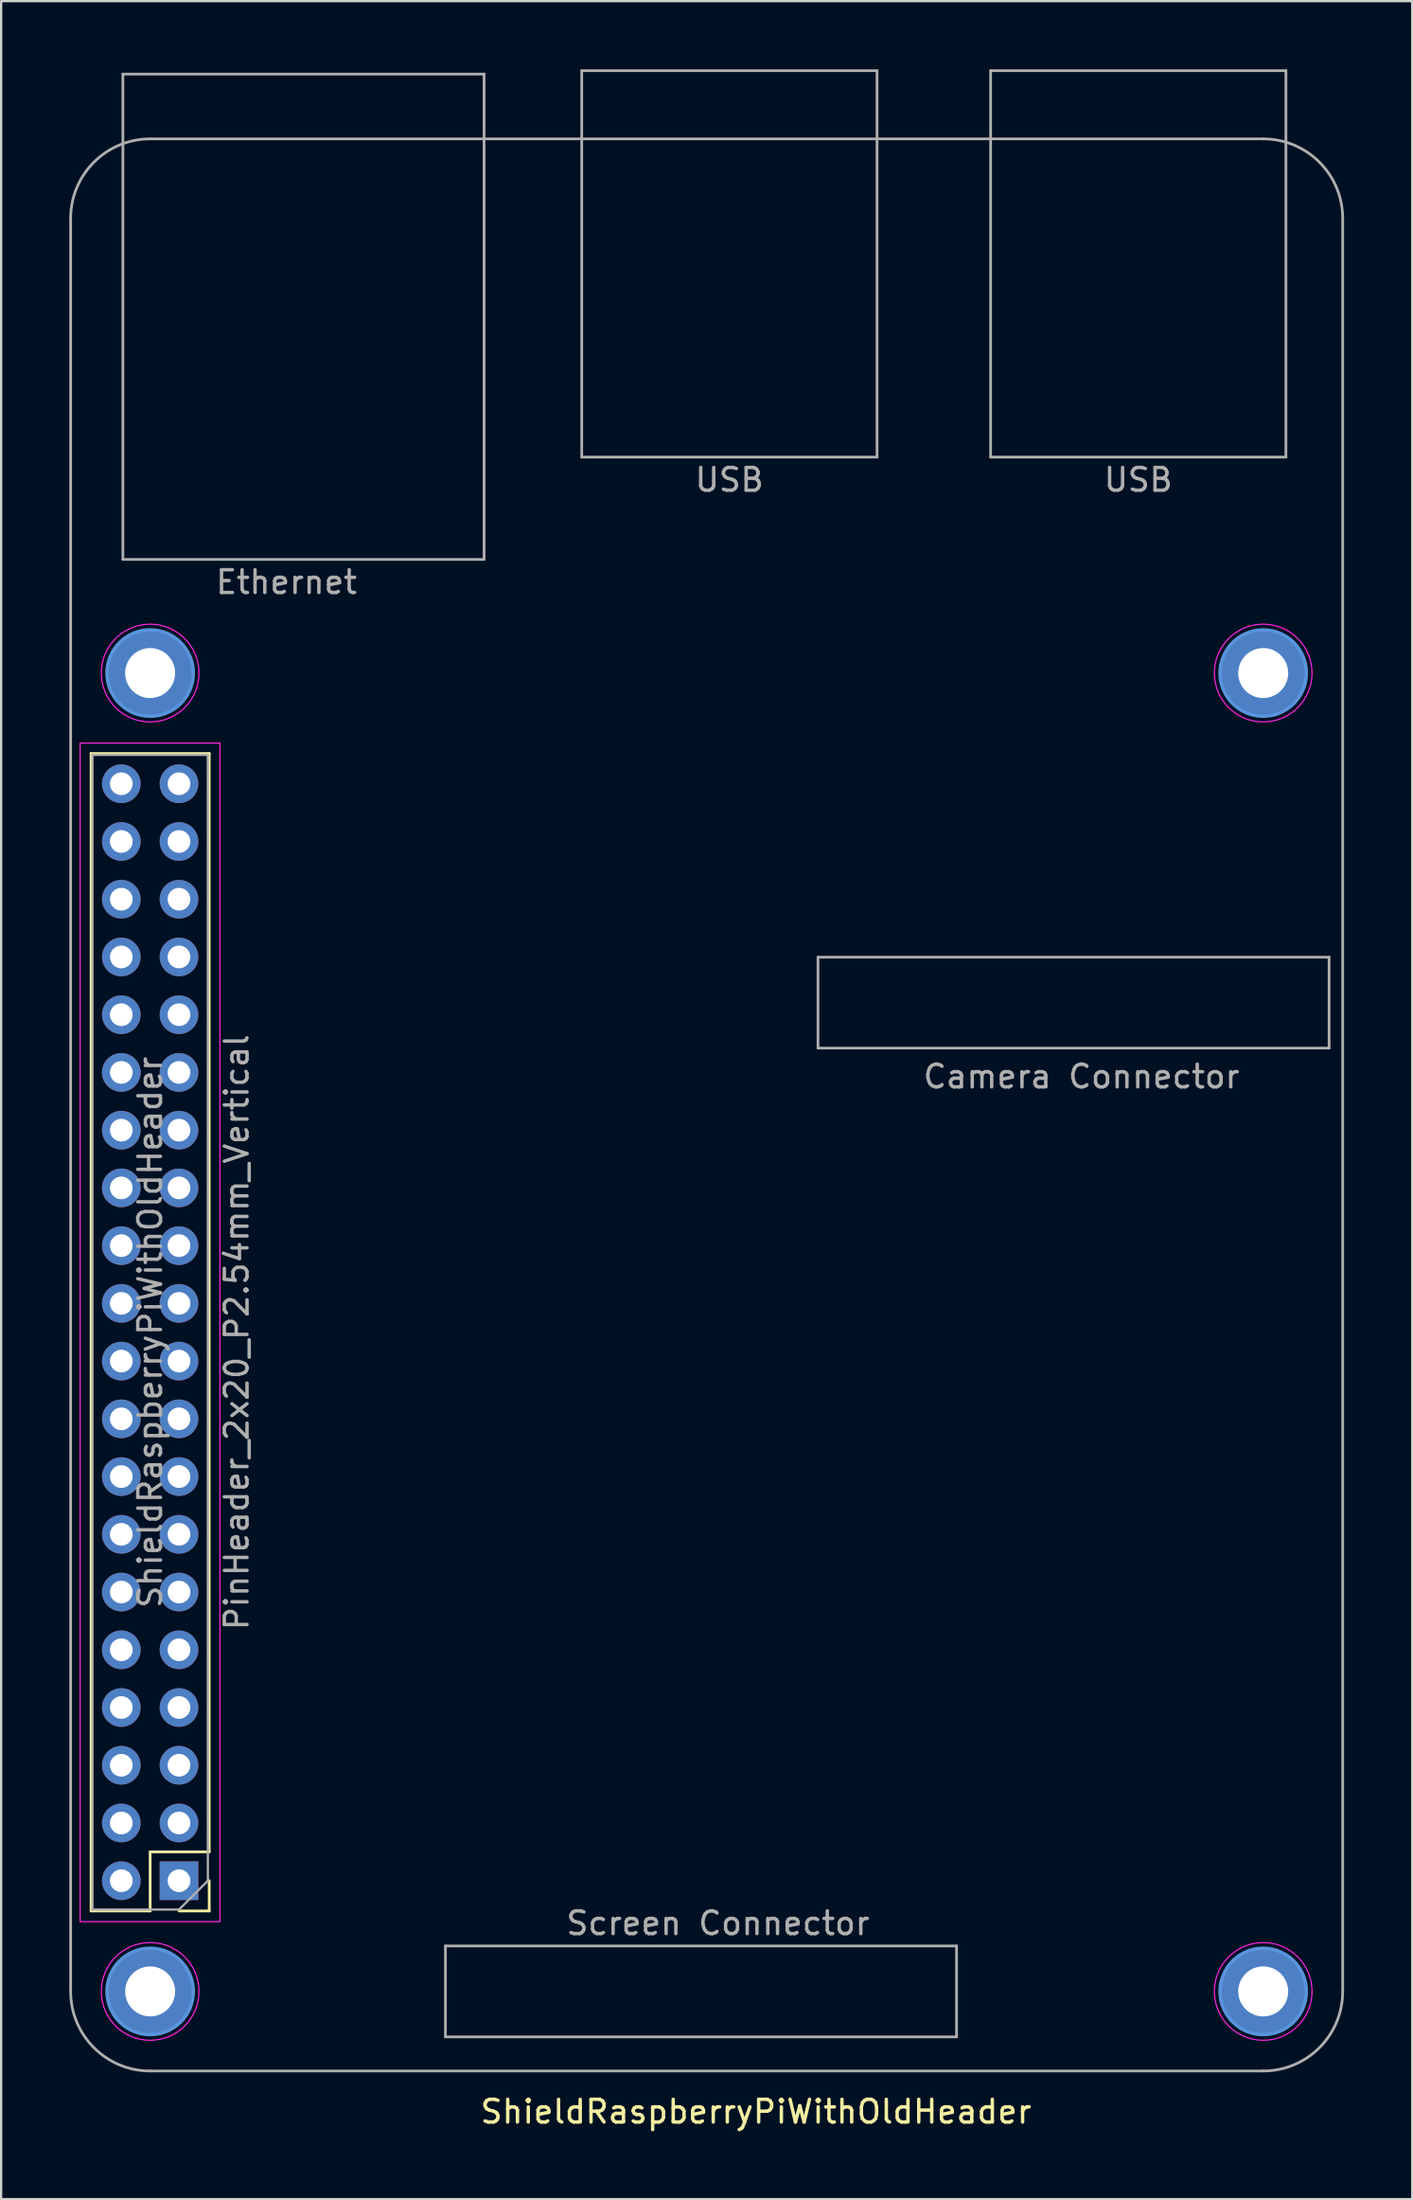
<source format=kicad_pcb>
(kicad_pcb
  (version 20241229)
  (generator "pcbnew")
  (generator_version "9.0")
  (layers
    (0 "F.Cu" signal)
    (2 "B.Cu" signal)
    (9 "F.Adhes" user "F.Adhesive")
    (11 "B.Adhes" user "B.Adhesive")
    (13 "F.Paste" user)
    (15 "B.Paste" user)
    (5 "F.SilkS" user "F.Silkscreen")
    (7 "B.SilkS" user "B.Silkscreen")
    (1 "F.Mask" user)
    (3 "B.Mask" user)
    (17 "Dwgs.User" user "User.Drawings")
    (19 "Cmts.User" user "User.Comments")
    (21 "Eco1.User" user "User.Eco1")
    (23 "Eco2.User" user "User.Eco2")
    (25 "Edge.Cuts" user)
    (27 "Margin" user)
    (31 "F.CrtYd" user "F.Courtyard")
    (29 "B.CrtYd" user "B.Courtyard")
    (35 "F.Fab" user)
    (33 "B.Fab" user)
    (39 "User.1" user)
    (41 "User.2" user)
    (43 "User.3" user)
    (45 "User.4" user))
  (footprint "ShieldRaspberryPiWithOldHeader"
    (layer "F.Cu")
    (at 3.56 55.56)
    (property "Reference" "ShieldRaspberryPiWithOldHeader" (at 26.67 34.29 0) (layer "F.SilkS") (effects (font (size 1 1) (thickness 0.15))))
    (attr through_hole)
    (fp_line (start -2.6 25.46) (end -2.6 -25.46) (stroke (width 0.12) (type solid)) (layer "F.SilkS"))
    (fp_line (start 0 22.86) (end 0 25.46) (stroke (width 0.12) (type solid)) (layer "F.SilkS"))
    (fp_line (start 0 25.46) (end -2.6 25.46) (stroke (width 0.12) (type solid)) (layer "F.SilkS"))
    (fp_line (start 2.6 -25.46) (end -2.6 -25.46) (stroke (width 0.12) (type solid)) (layer "F.SilkS"))
    (fp_line (start 2.6 22.86) (end 0 22.86) (stroke (width 0.12) (type solid)) (layer "F.SilkS"))
    (fp_line (start 2.6 22.86) (end 2.6 -25.46) (stroke (width 0.12) (type solid)) (layer "F.SilkS"))
    (fp_line (start 2.6 24.13) (end 2.6 25.46) (stroke (width 0.12) (type solid)) (layer "F.SilkS"))
    (fp_line (start 2.6 25.46) (end 1.27 25.46) (stroke (width 0.12) (type solid)) (layer "F.SilkS"))
    (fp_circle (center 0 -29) (end 1.9 -29) (stroke (width 0.15) (type solid)) (fill no) (layer "Cmts.User"))
    (fp_circle (center 0 29) (end 1.9 29) (stroke (width 0.15) (type solid)) (fill no) (layer "Cmts.User"))
    (fp_circle (center 49 -29) (end 50.9 -29) (stroke (width 0.15) (type solid)) (fill no) (layer "Cmts.User"))
    (fp_circle (center 49 29) (end 50.9 29) (stroke (width 0.15) (type solid)) (fill no) (layer "Cmts.User"))
    (fp_line (start -3.08 -25.92) (end -3.08 25.93) (stroke (width 0.05) (type solid)) (layer "F.CrtYd"))
    (fp_line (start -3.08 25.93) (end 3.07 25.93) (stroke (width 0.05) (type solid)) (layer "F.CrtYd"))
    (fp_line (start 3.07 -25.92) (end -3.08 -25.92) (stroke (width 0.05) (type solid)) (layer "F.CrtYd"))
    (fp_line (start 3.07 25.93) (end 3.07 -25.92) (stroke (width 0.05) (type solid)) (layer "F.CrtYd"))
    (fp_circle (center 0 -29) (end 2.15 -29) (stroke (width 0.05) (type solid)) (fill no) (layer "F.CrtYd"))
    (fp_circle (center 0 29) (end 2.15 29) (stroke (width 0.05) (type solid)) (fill no) (layer "F.CrtYd"))
    (fp_circle (center 49 -29) (end 51.15 -29) (stroke (width 0.05) (type solid)) (fill no) (layer "F.CrtYd"))
    (fp_circle (center 49 29) (end 51.15 29) (stroke (width 0.05) (type solid)) (fill no) (layer "F.CrtYd"))
    (fp_line (start -3.5 -49) (end -3.5 29) (stroke (width 0.12) (type solid)) (layer "F.Fab"))
    (fp_line (start -2.54 -25.4) (end 2.54 -25.4) (stroke (width 0.1) (type solid)) (layer "F.Fab"))
    (fp_line (start -2.54 25.4) (end -2.54 -25.4) (stroke (width 0.1) (type solid)) (layer "F.Fab"))
    (fp_line (start -1.2 -55.35) (end -1.2 -34) (stroke (width 0.12) (type solid)) (layer "F.Fab"))
    (fp_line (start -1.2 -34) (end 14.7 -34) (stroke (width 0.12) (type solid)) (layer "F.Fab"))
    (fp_line (start 0 32.5) (end 49 32.5) (stroke (width 0.12) (type solid)) (layer "F.Fab"))
    (fp_line (start 1.27 25.4) (end -2.54 25.4) (stroke (width 0.1) (type solid)) (layer "F.Fab"))
    (fp_line (start 2.54 -25.4) (end 2.54 24.13) (stroke (width 0.1) (type solid)) (layer "F.Fab"))
    (fp_line (start 2.54 24.13) (end 1.27 25.4) (stroke (width 0.1) (type solid)) (layer "F.Fab"))
    (fp_line (start 13 27) (end 13 31) (stroke (width 0.12) (type solid)) (layer "F.Fab"))
    (fp_line (start 13 31) (end 35.5 31) (stroke (width 0.12) (type solid)) (layer "F.Fab"))
    (fp_line (start 14.7 -55.35) (end -1.2 -55.35) (stroke (width 0.12) (type solid)) (layer "F.Fab"))
    (fp_line (start 14.7 -34) (end 14.7 -55.35) (stroke (width 0.12) (type solid)) (layer "F.Fab"))
    (fp_line (start 19 -55.5) (end 32 -55.5) (stroke (width 0.12) (type solid)) (layer "F.Fab"))
    (fp_line (start 19 -38.5) (end 19 -55.5) (stroke (width 0.12) (type solid)) (layer "F.Fab"))
    (fp_line (start 29.4 -16.5) (end 29.4 -12.5) (stroke (width 0.12) (type solid)) (layer "F.Fab"))
    (fp_line (start 29.4 -12.5) (end 51.9 -12.5) (stroke (width 0.12) (type solid)) (layer "F.Fab"))
    (fp_line (start 32 -55.5) (end 32 -38.5) (stroke (width 0.12) (type solid)) (layer "F.Fab"))
    (fp_line (start 32 -38.5) (end 19 -38.5) (stroke (width 0.12) (type solid)) (layer "F.Fab"))
    (fp_line (start 35.5 27) (end 13 27) (stroke (width 0.12) (type solid)) (layer "F.Fab"))
    (fp_line (start 35.5 31) (end 35.5 27) (stroke (width 0.12) (type solid)) (layer "F.Fab"))
    (fp_line (start 37 -55.5) (end 50 -55.5) (stroke (width 0.12) (type solid)) (layer "F.Fab"))
    (fp_line (start 37 -38.5) (end 37 -55.5) (stroke (width 0.12) (type solid)) (layer "F.Fab"))
    (fp_line (start 49 -52.5) (end 0 -52.5) (stroke (width 0.12) (type solid)) (layer "F.Fab"))
    (fp_line (start 50 -55.5) (end 50 -38.5) (stroke (width 0.12) (type solid)) (layer "F.Fab"))
    (fp_line (start 50 -38.5) (end 37 -38.5) (stroke (width 0.12) (type solid)) (layer "F.Fab"))
    (fp_line (start 51.9 -16.5) (end 29.4 -16.5) (stroke (width 0.12) (type solid)) (layer "F.Fab"))
    (fp_line (start 51.9 -12.5) (end 51.9 -16.5) (stroke (width 0.12) (type solid)) (layer "F.Fab"))
    (fp_line (start 52.5 29) (end 52.5 -49) (stroke (width 0.12) (type solid)) (layer "F.Fab"))
    (fp_arc (start -3.5 -49) (mid -2.474874 -51.474874) (end 0 -52.5) (stroke (width 0.12) (type solid)) (layer "F.Fab"))
    (fp_arc (start 0 32.5) (mid -2.474874 31.474874) (end -3.5 29) (stroke (width 0.12) (type solid)) (layer "F.Fab"))
    (fp_arc (start 49 -52.5) (mid 51.474874 -51.474874) (end 52.5 -49) (stroke (width 0.12) (type solid)) (layer "F.Fab"))
    (fp_arc (start 52.5 29) (mid 51.474874 31.474874) (end 49 32.5) (stroke (width 0.12) (type solid)) (layer "F.Fab"))
    (fp_text user "${REFERENCE}" (at 0 0 270) (layer "F.Fab") (effects (font (size 1 1) (thickness 0.15))))
    (fp_text user "Screen Connector" (at 25 26 0) (layer "F.Fab") (effects (font (size 1 1) (thickness 0.15))))
    (fp_text user "PinHeader_2x20_P2.54mm_Vertical" (at 3.81 0 270) (layer "F.Fab") (effects (font (size 1 1) (thickness 0.15))))
    (fp_text user "USB" (at 25.5 -37.5 0) (layer "F.Fab") (effects (font (size 1 1) (thickness 0.15))))
    (fp_text user "Camera Connector" (at 41 -11.25 0) (layer "F.Fab") (effects (font (size 1 1) (thickness 0.15))))
    (fp_text user "USB" (at 43.5 -37.5 0) (layer "F.Fab") (effects (font (size 1 1) (thickness 0.15))))
    (fp_text user "Ethernet" (at 6 -33 0) (layer "F.Fab") (effects (font (size 1 1) (thickness 0.15))))
    (pad "" thru_hole circle (at 0 -29) (size 3.8 3.8) (drill 2.2) (layers "*.Cu" "*.Mask"))
    (pad "" thru_hole circle (at 0 29) (size 3.8 3.8) (drill 2.2) (layers "*.Cu" "*.Mask"))
    (pad "" thru_hole circle (at 49 -29) (size 3.8 3.8) (drill 2.2) (layers "*.Cu" "*.Mask"))
    (pad "" thru_hole circle (at 49 29) (size 3.8 3.8) (drill 2.2) (layers "*.Cu" "*.Mask"))
    (pad "1" thru_hole rect (at 1.27 24.13 180) (size 1.7 1.7) (drill 1) (layers "*.Cu" "*.Mask"))
    (pad "2" thru_hole oval (at -1.27 24.13 180) (size 1.7 1.7) (drill 1) (layers "*.Cu" "*.Mask"))
    (pad "3" thru_hole oval (at 1.27 21.59 180) (size 1.7 1.7) (drill 1) (layers "*.Cu" "*.Mask"))
    (pad "4" thru_hole oval (at -1.27 21.59 180) (size 1.7 1.7) (drill 1) (layers "*.Cu" "*.Mask"))
    (pad "5" thru_hole oval (at 1.27 19.05 180) (size 1.7 1.7) (drill 1) (layers "*.Cu" "*.Mask"))
    (pad "6" thru_hole oval (at -1.27 19.05 180) (size 1.7 1.7) (drill 1) (layers "*.Cu" "*.Mask"))
    (pad "7" thru_hole oval (at 1.27 16.51 180) (size 1.7 1.7) (drill 1) (layers "*.Cu" "*.Mask"))
    (pad "8" thru_hole oval (at -1.27 16.51 180) (size 1.7 1.7) (drill 1) (layers "*.Cu" "*.Mask"))
    (pad "9" thru_hole oval (at 1.27 13.97 180) (size 1.7 1.7) (drill 1) (layers "*.Cu" "*.Mask"))
    (pad "10" thru_hole oval (at -1.27 13.97 180) (size 1.7 1.7) (drill 1) (layers "*.Cu" "*.Mask"))
    (pad "11" thru_hole oval (at 1.27 11.43 180) (size 1.7 1.7) (drill 1) (layers "*.Cu" "*.Mask"))
    (pad "12" thru_hole oval (at -1.27 11.43 180) (size 1.7 1.7) (drill 1) (layers "*.Cu" "*.Mask"))
    (pad "13" thru_hole oval (at 1.27 8.89 180) (size 1.7 1.7) (drill 1) (layers "*.Cu" "*.Mask"))
    (pad "14" thru_hole oval (at -1.27 8.89 180) (size 1.7 1.7) (drill 1) (layers "*.Cu" "*.Mask"))
    (pad "15" thru_hole oval (at 1.27 6.35 180) (size 1.7 1.7) (drill 1) (layers "*.Cu" "*.Mask"))
    (pad "16" thru_hole oval (at -1.27 6.35 180) (size 1.7 1.7) (drill 1) (layers "*.Cu" "*.Mask"))
    (pad "17" thru_hole oval (at 1.27 3.81 180) (size 1.7 1.7) (drill 1) (layers "*.Cu" "*.Mask"))
    (pad "18" thru_hole oval (at -1.27 3.81 180) (size 1.7 1.7) (drill 1) (layers "*.Cu" "*.Mask"))
    (pad "19" thru_hole oval (at 1.27 1.27 180) (size 1.7 1.7) (drill 1) (layers "*.Cu" "*.Mask"))
    (pad "20" thru_hole oval (at -1.27 1.27 180) (size 1.7 1.7) (drill 1) (layers "*.Cu" "*.Mask"))
    (pad "21" thru_hole oval (at 1.27 -1.27 180) (size 1.7 1.7) (drill 1) (layers "*.Cu" "*.Mask"))
    (pad "22" thru_hole oval (at -1.27 -1.27 180) (size 1.7 1.7) (drill 1) (layers "*.Cu" "*.Mask"))
    (pad "23" thru_hole oval (at 1.27 -3.81 180) (size 1.7 1.7) (drill 1) (layers "*.Cu" "*.Mask"))
    (pad "24" thru_hole oval (at -1.27 -3.81 180) (size 1.7 1.7) (drill 1) (layers "*.Cu" "*.Mask"))
    (pad "25" thru_hole oval (at 1.27 -6.35 180) (size 1.7 1.7) (drill 1) (layers "*.Cu" "*.Mask"))
    (pad "26" thru_hole oval (at -1.27 -6.35 180) (size 1.7 1.7) (drill 1) (layers "*.Cu" "*.Mask"))
    (pad "27" thru_hole oval (at 1.27 -8.89 180) (size 1.7 1.7) (drill 1) (layers "*.Cu" "*.Mask"))
    (pad "28" thru_hole oval (at -1.27 -8.89 180) (size 1.7 1.7) (drill 1) (layers "*.Cu" "*.Mask"))
    (pad "29" thru_hole oval (at 1.27 -11.43 180) (size 1.7 1.7) (drill 1) (layers "*.Cu" "*.Mask"))
    (pad "30" thru_hole oval (at -1.27 -11.43 180) (size 1.7 1.7) (drill 1) (layers "*.Cu" "*.Mask"))
    (pad "31" thru_hole oval (at 1.27 -13.97 180) (size 1.7 1.7) (drill 1) (layers "*.Cu" "*.Mask"))
    (pad "32" thru_hole oval (at -1.27 -13.97 180) (size 1.7 1.7) (drill 1) (layers "*.Cu" "*.Mask"))
    (pad "33" thru_hole oval (at 1.27 -16.51 180) (size 1.7 1.7) (drill 1) (layers "*.Cu" "*.Mask"))
    (pad "34" thru_hole oval (at -1.27 -16.51 180) (size 1.7 1.7) (drill 1) (layers "*.Cu" "*.Mask"))
    (pad "35" thru_hole oval (at 1.27 -19.05 180) (size 1.7 1.7) (drill 1) (layers "*.Cu" "*.Mask"))
    (pad "36" thru_hole oval (at -1.27 -19.05 180) (size 1.7 1.7) (drill 1) (layers "*.Cu" "*.Mask"))
    (pad "37" thru_hole oval (at 1.27 -21.59 180) (size 1.7 1.7) (drill 1) (layers "*.Cu" "*.Mask"))
    (pad "38" thru_hole oval (at -1.27 -21.59 180) (size 1.7 1.7) (drill 1) (layers "*.Cu" "*.Mask"))
    (pad "39" thru_hole oval (at 1.27 -24.13 180) (size 1.7 1.7) (drill 1) (layers "*.Cu" "*.Mask"))
    (pad "40" thru_hole oval (at -1.27 -24.13 180) (size 1.7 1.7) (drill 1) (layers "*.Cu" "*.Mask")))
  (gr_rect
    (start -3 -3)
    (end 59.12 93.698)
    (stroke (width 0.1) (type default))
    (fill no)
    (layer "Edge.Cuts")))
</source>
